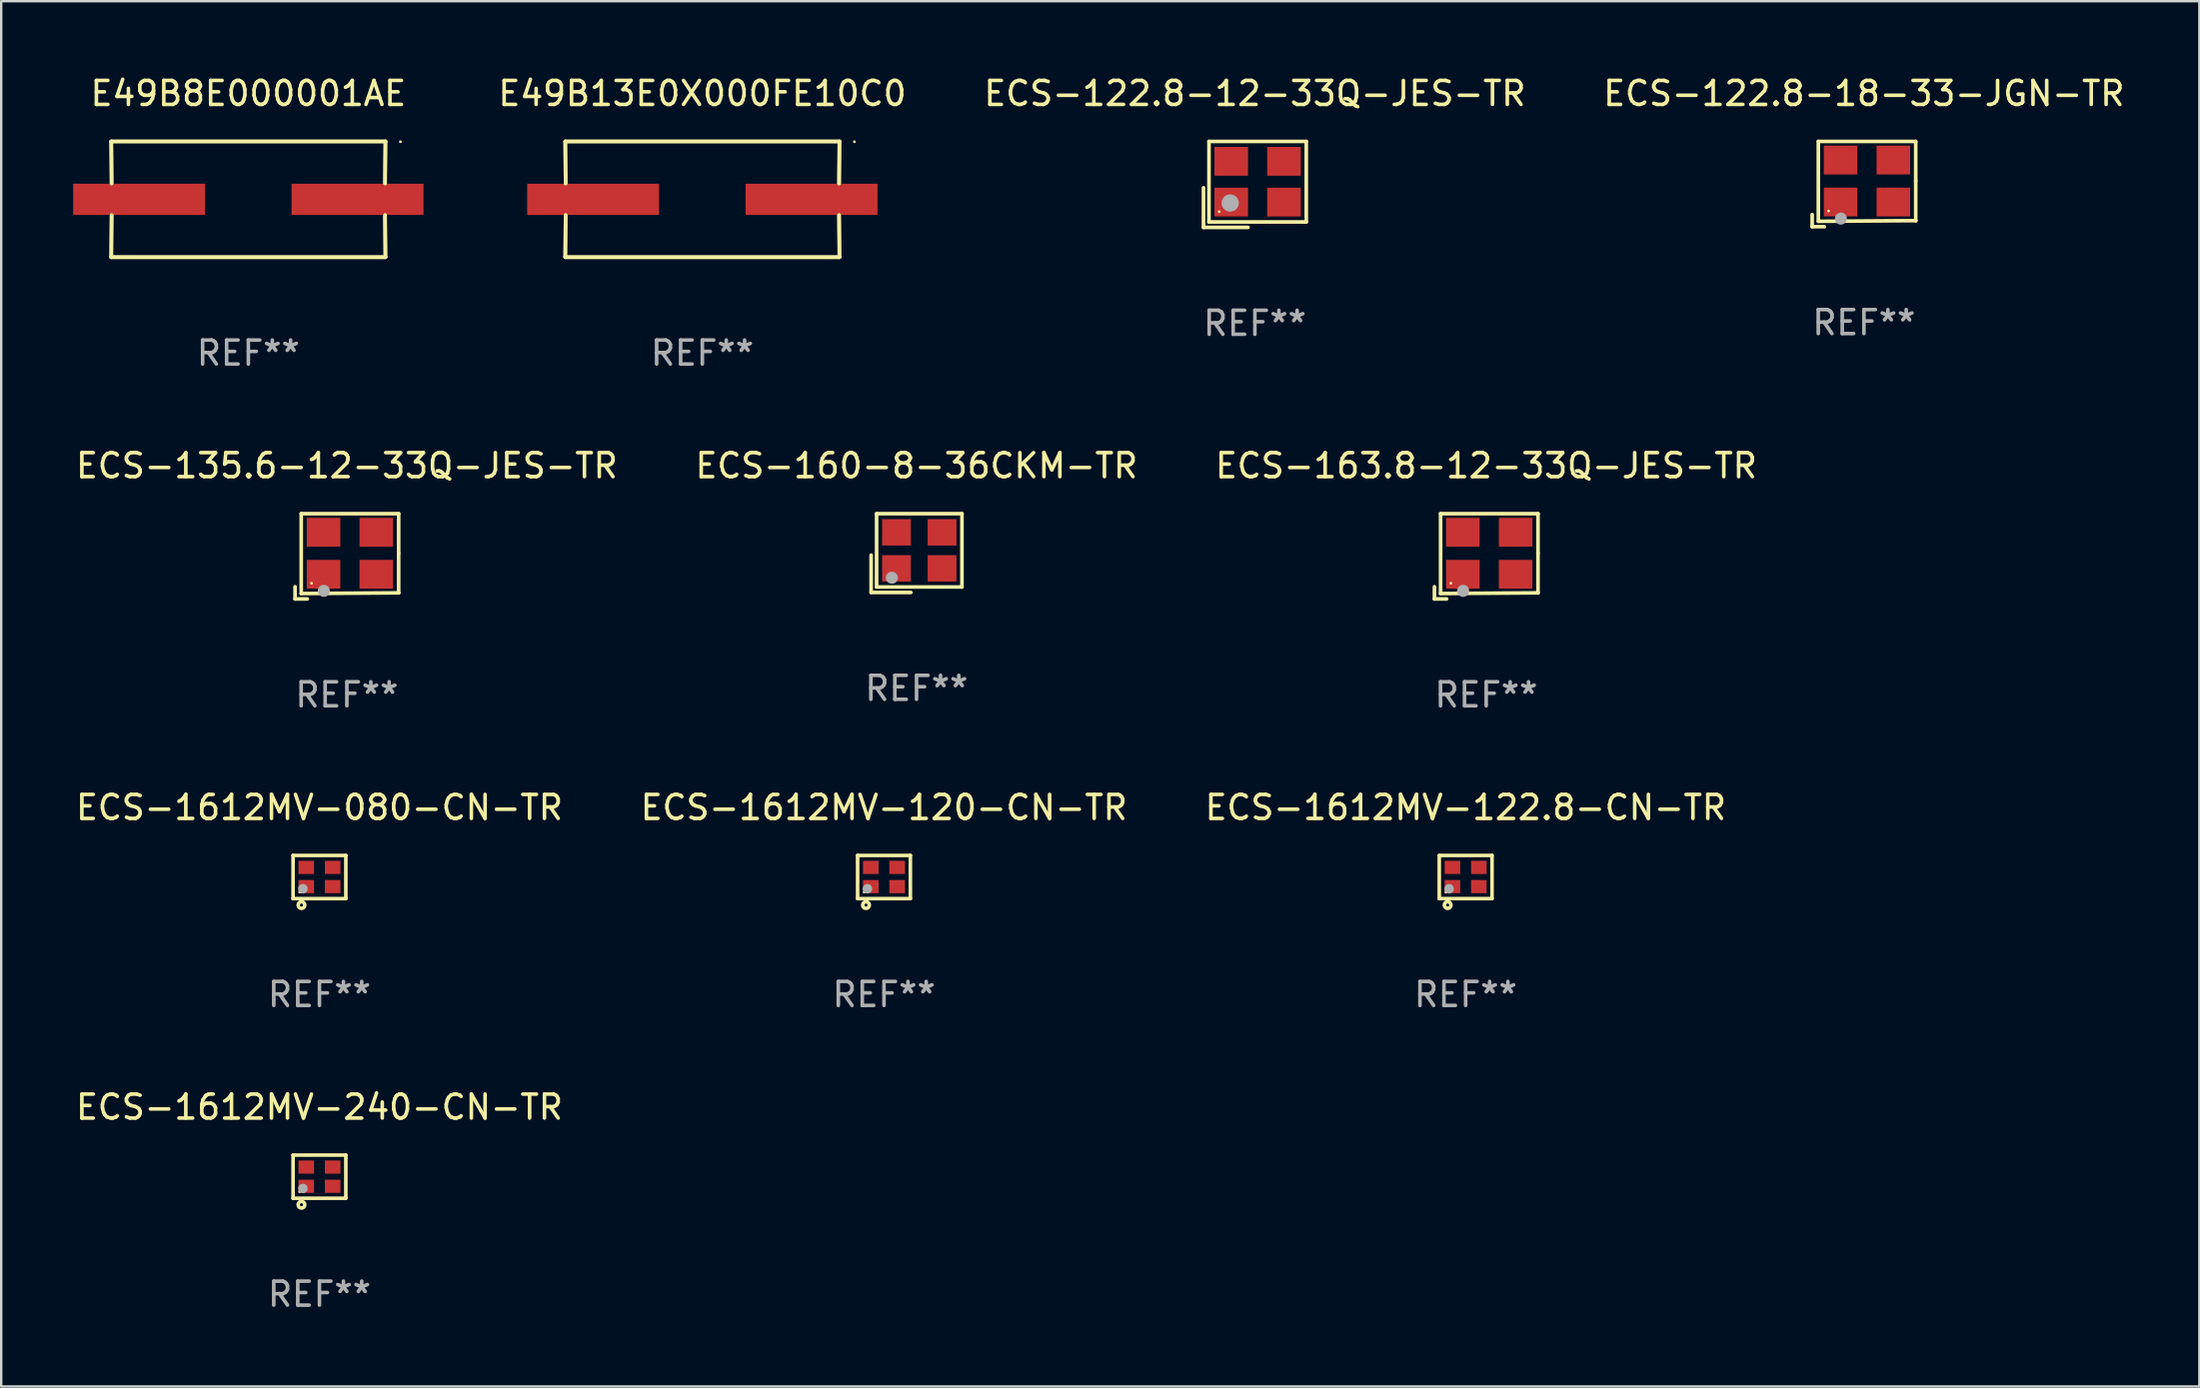
<source format=kicad_pcb>
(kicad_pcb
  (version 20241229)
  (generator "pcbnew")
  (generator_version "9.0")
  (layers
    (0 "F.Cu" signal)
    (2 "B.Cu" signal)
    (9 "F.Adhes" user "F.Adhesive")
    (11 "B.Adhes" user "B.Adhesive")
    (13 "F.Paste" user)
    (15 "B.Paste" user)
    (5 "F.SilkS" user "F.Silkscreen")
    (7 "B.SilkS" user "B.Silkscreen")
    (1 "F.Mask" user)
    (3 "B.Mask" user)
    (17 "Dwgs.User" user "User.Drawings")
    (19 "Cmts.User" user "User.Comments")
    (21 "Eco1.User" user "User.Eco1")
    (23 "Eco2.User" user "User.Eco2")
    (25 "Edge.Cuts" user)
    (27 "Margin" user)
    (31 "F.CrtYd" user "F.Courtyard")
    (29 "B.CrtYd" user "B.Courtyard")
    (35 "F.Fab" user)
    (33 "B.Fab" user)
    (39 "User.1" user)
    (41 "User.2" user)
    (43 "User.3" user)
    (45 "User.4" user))
  (footprint "ECS-122.8-12-33Q-JES-TR"
    (layer "F.Cu")
    (at 49.267 4.641)
    (property "Reference" "ECS-122.8-12-33Q-JES-TR" (at 0 -3.793 0) (layer "F.SilkS") (effects (font (size 1 1) (thickness 0.15))))
    (attr through_hole)
    (fp_line (start -2.143 0.136) (end -2.143 1.793) (stroke (width 0.152) (type solid)) (layer "F.SilkS"))
    (fp_line (start -2.143 1.793) (end -0.286 1.793) (stroke (width 0.152) (type solid)) (layer "F.SilkS"))
    (fp_line (start -1.914 -1.793) (end 2.143 -1.793) (stroke (width 0.152) (type solid)) (layer "F.SilkS"))
    (fp_line (start -1.914 1.564) (end -1.914 -1.793) (stroke (width 0.152) (type solid)) (layer "F.SilkS"))
    (fp_line (start 2.143 -1.793) (end 2.143 1.564) (stroke (width 0.152) (type solid)) (layer "F.SilkS"))
    (fp_line (start 2.143 1.564) (end -1.914 1.564) (stroke (width 0.152) (type solid)) (layer "F.SilkS"))
    (fp_circle (center -1.486 1.136) (end -1.456 1.136) (stroke (width 0.06) (type solid)) (fill no) (layer "F.SilkS"))
    (fp_circle (center -1.029 0.775) (end -0.849 0.775) (stroke (width 0.36) (type solid)) (fill no) (layer "F.Fab"))
    (fp_text user "REF**" (at 0 5.793 0) (layer "F.Fab") (effects (font (size 1 1) (thickness 0.15))))
    (pad "1" smd rect (at -0.986 0.736) (size 1.4 1.2) (layers "F.Cu" "F.Mask" "F.Paste"))
    (pad "2" smd rect (at 1.214 0.736) (size 1.4 1.2) (layers "F.Cu" "F.Mask" "F.Paste"))
    (pad "3" smd rect (at 1.214 -0.964) (size 1.4 1.2) (layers "F.Cu" "F.Mask" "F.Paste"))
    (pad "4" smd rect (at -0.986 -0.964) (size 1.4 1.2) (layers "F.Cu" "F.Mask" "F.Paste")))
  (footprint "ECS-135.6-12-33Q-JES-TR"
    (layer "F.Cu")
    (at 11.411 20.149)
    (property "Reference" "ECS-135.6-12-33Q-JES-TR" (at 0 -3.778 0) (layer "F.SilkS") (effects (font (size 1 1) (thickness 0.15))))
    (attr through_hole)
    (fp_line (start -2.159 1.27) (end -2.159 1.778) (stroke (width 0.152) (type solid)) (layer "F.SilkS"))
    (fp_line (start -2.159 1.778) (end -1.651 1.778) (stroke (width 0.152) (type solid)) (layer "F.SilkS"))
    (fp_line (start -1.902 -1.778) (end 2.159 -1.778) (stroke (width 0.152) (type solid)) (layer "F.SilkS"))
    (fp_line (start -1.902 1.552) (end -1.902 -1.778) (stroke (width 0.152) (type solid)) (layer "F.SilkS"))
    (fp_line (start 2.159 -1.778) (end 2.159 -0.127) (stroke (width 0.152) (type solid)) (layer "F.SilkS"))
    (fp_line (start 2.159 -0.127) (end 2.159 1.524) (stroke (width 0.152) (type solid)) (layer "F.SilkS"))
    (fp_line (start 2.159 1.524) (end -1.902 1.552) (stroke (width 0.152) (type solid)) (layer "F.SilkS"))
    (fp_line (start 2.159 1.524) (end 2.159 1.524) (stroke (width 0.152) (type solid)) (layer "F.SilkS"))
    (fp_circle (center -1.473 1.123) (end -1.443 1.123) (stroke (width 0.06) (type solid)) (fill no) (layer "F.SilkS"))
    (fp_circle (center -0.961 1.44) (end -0.834 1.44) (stroke (width 0.254) (type solid)) (fill no) (layer "F.Fab"))
    (fp_text user "REF**" (at 0 5.778 0) (layer "F.Fab") (effects (font (size 1 1) (thickness 0.15))))
    (pad "1" smd rect (at -0.973 0.748) (size 1.4 1.2) (layers "F.Cu" "F.Mask" "F.Paste"))
    (pad "2" smd rect (at 1.227 0.748) (size 1.4 1.2) (layers "F.Cu" "F.Mask" "F.Paste"))
    (pad "3" smd rect (at 1.227 -1.002) (size 1.4 1.2) (layers "F.Cu" "F.Mask" "F.Paste"))
    (pad "4" smd rect (at -0.973 -1.002) (size 1.4 1.2) (layers "F.Cu" "F.Mask" "F.Paste")))
  (footprint "ECS-1612MV-080-CN-TR"
    (layer "F.Cu")
    (at 10.268 33.523)
    (property "Reference" "ECS-1612MV-080-CN-TR" (at 0 -2.9 0) (layer "F.SilkS") (effects (font (size 1 1) (thickness 0.15))))
    (attr through_hole)
    (fp_line (start -1.1 -0.9) (end -1.1 0.9) (stroke (width 0.15) (type solid)) (layer "F.SilkS"))
    (fp_line (start -1.1 -0.9) (end 1.1 -0.9) (stroke (width 0.15) (type solid)) (layer "F.SilkS"))
    (fp_line (start -1.1 0.9) (end 1.1 0.9) (stroke (width 0.15) (type solid)) (layer "F.SilkS"))
    (fp_line (start 1.1 -0.9) (end 1.1 0.9) (stroke (width 0.15) (type solid)) (layer "F.SilkS"))
    (fp_circle (center -0.825 0.625) (end -0.795 0.625) (stroke (width 0.06) (type solid)) (fill no) (layer "F.SilkS"))
    (fp_circle (center -0.75 1.17) (end -0.686 1.17) (stroke (width 0.15) (type solid)) (fill no) (layer "F.SilkS"))
    (fp_circle (center -0.69 0.49) (end -0.59 0.49) (stroke (width 0.2) (type solid)) (fill no) (layer "F.Fab"))
    (fp_text user "REF**" (at 0 4.9 0) (layer "F.Fab") (effects (font (size 1 1) (thickness 0.15))))
    (pad "1" smd rect (at -0.55 0.4) (size 0.65 0.55) (layers "F.Cu" "F.Mask" "F.Paste"))
    (pad "2" smd rect (at 0.55 0.4) (size 0.65 0.55) (layers "F.Cu" "F.Mask" "F.Paste"))
    (pad "3" smd rect (at 0.55 -0.4) (size 0.65 0.55) (layers "F.Cu" "F.Mask" "F.Paste"))
    (pad "4" smd rect (at -0.55 -0.4) (size 0.65 0.55) (layers "F.Cu" "F.Mask" "F.Paste")))
  (footprint "E49B13E0X000FE10C0"
    (layer "F.Cu")
    (at 26.231 5.261)
    (property "Reference" "E49B13E0X000FE10C0" (at 0 -4.413 0) (layer "F.SilkS") (effects (font (size 1 1) (thickness 0.15))))
    (attr through_hole)
    (fp_line (start -5.715 -2.413) (end -5.7 -0.662) (stroke (width 0.152) (type solid)) (layer "F.SilkS"))
    (fp_line (start -5.715 -2.413) (end -5.7 -0.662) (stroke (width 0.152) (type solid)) (layer "F.SilkS"))
    (fp_line (start -5.715 2.413) (end 5.715 2.413) (stroke (width 0.152) (type solid)) (layer "F.SilkS"))
    (fp_line (start -5.715 2.413) (end 5.715 2.413) (stroke (width 0.152) (type solid)) (layer "F.SilkS"))
    (fp_line (start -5.7 0.662) (end -5.715 2.413) (stroke (width 0.152) (type solid)) (layer "F.SilkS"))
    (fp_line (start -5.7 0.662) (end -5.715 2.413) (stroke (width 0.152) (type solid)) (layer "F.SilkS"))
    (fp_line (start 5.7 -0.662) (end 5.715 -2.413) (stroke (width 0.152) (type solid)) (layer "F.SilkS"))
    (fp_line (start 5.7 -0.662) (end 5.715 -2.413) (stroke (width 0.152) (type solid)) (layer "F.SilkS"))
    (fp_line (start 5.715 -2.413) (end -5.715 -2.413) (stroke (width 0.152) (type solid)) (layer "F.SilkS"))
    (fp_line (start 5.715 -2.413) (end -5.715 -2.413) (stroke (width 0.152) (type solid)) (layer "F.SilkS"))
    (fp_line (start 5.715 2.413) (end 5.7 0.662) (stroke (width 0.152) (type solid)) (layer "F.SilkS"))
    (fp_line (start 5.715 2.413) (end 5.7 0.662) (stroke (width 0.152) (type solid)) (layer "F.SilkS"))
    (fp_circle (center 6.34 -2.4) (end 6.37 -2.4) (stroke (width 0.06) (type solid)) (fill no) (layer "F.SilkS"))
    (fp_text user "REF**" (at 0 6.413 0) (layer "F.Fab") (effects (font (size 1 1) (thickness 0.15))))
    (pad "1" smd rect (at 4.553 0) (size 5.5 1.3) (layers "F.Cu" "F.Mask" "F.Paste"))
    (pad "2" smd rect (at -4.553 0) (size 5.5 1.3) (layers "F.Cu" "F.Mask" "F.Paste")))
  (footprint "ECS-1612MV-122.8-CN-TR"
    (layer "F.Cu")
    (at 58.054 33.523)
    (property "Reference" "ECS-1612MV-122.8-CN-TR" (at 0 -2.9 0) (layer "F.SilkS") (effects (font (size 1 1) (thickness 0.15))))
    (attr through_hole)
    (fp_line (start -1.1 -0.9) (end -1.1 0.9) (stroke (width 0.15) (type solid)) (layer "F.SilkS"))
    (fp_line (start -1.1 -0.9) (end 1.1 -0.9) (stroke (width 0.15) (type solid)) (layer "F.SilkS"))
    (fp_line (start -1.1 0.9) (end 1.1 0.9) (stroke (width 0.15) (type solid)) (layer "F.SilkS"))
    (fp_line (start 1.1 -0.9) (end 1.1 0.9) (stroke (width 0.15) (type solid)) (layer "F.SilkS"))
    (fp_circle (center -0.825 0.625) (end -0.795 0.625) (stroke (width 0.06) (type solid)) (fill no) (layer "F.SilkS"))
    (fp_circle (center -0.75 1.17) (end -0.686 1.17) (stroke (width 0.15) (type solid)) (fill no) (layer "F.SilkS"))
    (fp_circle (center -0.69 0.49) (end -0.59 0.49) (stroke (width 0.2) (type solid)) (fill no) (layer "F.Fab"))
    (fp_text user "REF**" (at 0 4.9 0) (layer "F.Fab") (effects (font (size 1 1) (thickness 0.15))))
    (pad "1" smd rect (at -0.55 0.4) (size 0.65 0.55) (layers "F.Cu" "F.Mask" "F.Paste"))
    (pad "2" smd rect (at 0.55 0.4) (size 0.65 0.55) (layers "F.Cu" "F.Mask" "F.Paste"))
    (pad "3" smd rect (at 0.55 -0.4) (size 0.65 0.55) (layers "F.Cu" "F.Mask" "F.Paste"))
    (pad "4" smd rect (at -0.55 -0.4) (size 0.65 0.55) (layers "F.Cu" "F.Mask" "F.Paste")))
  (footprint "ECS-122.8-18-33-JGN-TR"
    (layer "F.Cu")
    (at 74.659 4.626)
    (property "Reference" "ECS-122.8-18-33-JGN-TR" (at 0 -3.778 0) (layer "F.SilkS") (effects (font (size 1 1) (thickness 0.15))))
    (attr through_hole)
    (fp_line (start -2.159 1.27) (end -2.159 1.778) (stroke (width 0.152) (type solid)) (layer "F.SilkS"))
    (fp_line (start -2.159 1.778) (end -1.651 1.778) (stroke (width 0.152) (type solid)) (layer "F.SilkS"))
    (fp_line (start -1.902 -1.778) (end 2.159 -1.778) (stroke (width 0.152) (type solid)) (layer "F.SilkS"))
    (fp_line (start -1.902 1.552) (end -1.902 -1.778) (stroke (width 0.152) (type solid)) (layer "F.SilkS"))
    (fp_line (start 2.159 -1.778) (end 2.159 -0.127) (stroke (width 0.152) (type solid)) (layer "F.SilkS"))
    (fp_line (start 2.159 -0.127) (end 2.159 1.524) (stroke (width 0.152) (type solid)) (layer "F.SilkS"))
    (fp_line (start 2.159 1.524) (end -1.902 1.552) (stroke (width 0.152) (type solid)) (layer "F.SilkS"))
    (fp_line (start 2.159 1.524) (end 2.159 1.524) (stroke (width 0.152) (type solid)) (layer "F.SilkS"))
    (fp_circle (center -1.473 1.123) (end -1.443 1.123) (stroke (width 0.06) (type solid)) (fill no) (layer "F.SilkS"))
    (fp_circle (center -0.961 1.44) (end -0.834 1.44) (stroke (width 0.254) (type solid)) (fill no) (layer "F.Fab"))
    (fp_text user "REF**" (at 0 5.778 0) (layer "F.Fab") (effects (font (size 1 1) (thickness 0.15))))
    (pad "1" smd rect (at -0.973 0.748) (size 1.4 1.2) (layers "F.Cu" "F.Mask" "F.Paste"))
    (pad "2" smd rect (at 1.227 0.748) (size 1.4 1.2) (layers "F.Cu" "F.Mask" "F.Paste"))
    (pad "3" smd rect (at 1.227 -1.002) (size 1.4 1.2) (layers "F.Cu" "F.Mask" "F.Paste"))
    (pad "4" smd rect (at -0.973 -1.002) (size 1.4 1.2) (layers "F.Cu" "F.Mask" "F.Paste")))
  (footprint "E49B8E000001AE"
    (layer "F.Cu")
    (at 7.303 5.261)
    (property "Reference" "E49B8E000001AE" (at 0 -4.413 0) (layer "F.SilkS") (effects (font (size 1 1) (thickness 0.15))))
    (attr through_hole)
    (fp_line (start -5.715 -2.413) (end -5.7 -0.662) (stroke (width 0.152) (type solid)) (layer "F.SilkS"))
    (fp_line (start -5.715 -2.413) (end -5.7 -0.662) (stroke (width 0.152) (type solid)) (layer "F.SilkS"))
    (fp_line (start -5.715 2.413) (end 5.715 2.413) (stroke (width 0.152) (type solid)) (layer "F.SilkS"))
    (fp_line (start -5.715 2.413) (end 5.715 2.413) (stroke (width 0.152) (type solid)) (layer "F.SilkS"))
    (fp_line (start -5.7 0.662) (end -5.715 2.413) (stroke (width 0.152) (type solid)) (layer "F.SilkS"))
    (fp_line (start -5.7 0.662) (end -5.715 2.413) (stroke (width 0.152) (type solid)) (layer "F.SilkS"))
    (fp_line (start 5.7 -0.662) (end 5.715 -2.413) (stroke (width 0.152) (type solid)) (layer "F.SilkS"))
    (fp_line (start 5.7 -0.662) (end 5.715 -2.413) (stroke (width 0.152) (type solid)) (layer "F.SilkS"))
    (fp_line (start 5.715 -2.413) (end -5.715 -2.413) (stroke (width 0.152) (type solid)) (layer "F.SilkS"))
    (fp_line (start 5.715 -2.413) (end -5.715 -2.413) (stroke (width 0.152) (type solid)) (layer "F.SilkS"))
    (fp_line (start 5.715 2.413) (end 5.7 0.662) (stroke (width 0.152) (type solid)) (layer "F.SilkS"))
    (fp_line (start 5.715 2.413) (end 5.7 0.662) (stroke (width 0.152) (type solid)) (layer "F.SilkS"))
    (fp_circle (center 6.34 -2.4) (end 6.37 -2.4) (stroke (width 0.06) (type solid)) (fill no) (layer "F.SilkS"))
    (fp_text user "REF**" (at 0 6.413 0) (layer "F.Fab") (effects (font (size 1 1) (thickness 0.15))))
    (pad "1" smd rect (at 4.553 0) (size 5.5 1.3) (layers "F.Cu" "F.Mask" "F.Paste"))
    (pad "2" smd rect (at -4.553 0) (size 5.5 1.3) (layers "F.Cu" "F.Mask" "F.Paste")))
  (footprint "ECS-163.8-12-33Q-JES-TR"
    (layer "F.Cu")
    (at 58.911 20.149)
    (property "Reference" "ECS-163.8-12-33Q-JES-TR" (at 0 -3.778 0) (layer "F.SilkS") (effects (font (size 1 1) (thickness 0.15))))
    (attr through_hole)
    (fp_line (start -2.159 1.27) (end -2.159 1.778) (stroke (width 0.152) (type solid)) (layer "F.SilkS"))
    (fp_line (start -2.159 1.778) (end -1.651 1.778) (stroke (width 0.152) (type solid)) (layer "F.SilkS"))
    (fp_line (start -1.902 -1.778) (end 2.159 -1.778) (stroke (width 0.152) (type solid)) (layer "F.SilkS"))
    (fp_line (start -1.902 1.552) (end -1.902 -1.778) (stroke (width 0.152) (type solid)) (layer "F.SilkS"))
    (fp_line (start 2.159 -1.778) (end 2.159 -0.127) (stroke (width 0.152) (type solid)) (layer "F.SilkS"))
    (fp_line (start 2.159 -0.127) (end 2.159 1.524) (stroke (width 0.152) (type solid)) (layer "F.SilkS"))
    (fp_line (start 2.159 1.524) (end -1.902 1.552) (stroke (width 0.152) (type solid)) (layer "F.SilkS"))
    (fp_line (start 2.159 1.524) (end 2.159 1.524) (stroke (width 0.152) (type solid)) (layer "F.SilkS"))
    (fp_circle (center -1.473 1.123) (end -1.443 1.123) (stroke (width 0.06) (type solid)) (fill no) (layer "F.SilkS"))
    (fp_circle (center -0.961 1.44) (end -0.834 1.44) (stroke (width 0.254) (type solid)) (fill no) (layer "F.Fab"))
    (fp_text user "REF**" (at 0 5.778 0) (layer "F.Fab") (effects (font (size 1 1) (thickness 0.15))))
    (pad "1" smd rect (at -0.973 0.748) (size 1.4 1.2) (layers "F.Cu" "F.Mask" "F.Paste"))
    (pad "2" smd rect (at 1.227 0.748) (size 1.4 1.2) (layers "F.Cu" "F.Mask" "F.Paste"))
    (pad "3" smd rect (at 1.227 -1.002) (size 1.4 1.2) (layers "F.Cu" "F.Mask" "F.Paste"))
    (pad "4" smd rect (at -0.973 -1.002) (size 1.4 1.2) (layers "F.Cu" "F.Mask" "F.Paste")))
  (footprint "ECS-160-8-36CKM-TR"
    (layer "F.Cu")
    (at 35.161 20.014)
    (property "Reference" "ECS-160-8-36CKM-TR" (at 0 -3.643 0) (layer "F.SilkS") (effects (font (size 1 1) (thickness 0.15))))
    (attr through_hole)
    (fp_line (start -1.893 0.086) (end -1.893 1.643) (stroke (width 0.152) (type solid)) (layer "F.SilkS"))
    (fp_line (start -1.893 1.643) (end -0.237 1.643) (stroke (width 0.152) (type solid)) (layer "F.SilkS"))
    (fp_line (start -1.665 -1.643) (end 1.893 -1.643) (stroke (width 0.152) (type solid)) (layer "F.SilkS"))
    (fp_line (start -1.665 1.414) (end -1.665 -1.643) (stroke (width 0.152) (type solid)) (layer "F.SilkS"))
    (fp_line (start 1.893 -1.643) (end 1.893 1.414) (stroke (width 0.152) (type solid)) (layer "F.SilkS"))
    (fp_line (start 1.893 1.414) (end -1.665 1.414) (stroke (width 0.152) (type solid)) (layer "F.SilkS"))
    (fp_circle (center -1.136 0.885) (end -1.106 0.885) (stroke (width 0.06) (type solid)) (fill no) (layer "F.SilkS"))
    (fp_circle (center -1.029 1.028) (end -0.902 1.028) (stroke (width 0.254) (type solid)) (fill no) (layer "F.Fab"))
    (fp_text user "REF**" (at 0 5.643 0) (layer "F.Fab") (effects (font (size 1 1) (thickness 0.15))))
    (pad "1" smd rect (at -0.836 0.636) (size 1.2 1.1) (layers "F.Cu" "F.Mask" "F.Paste"))
    (pad "2" smd rect (at 1.064 0.636) (size 1.2 1.1) (layers "F.Cu" "F.Mask" "F.Paste"))
    (pad "3" smd rect (at 1.064 -0.865) (size 1.2 1.1) (layers "F.Cu" "F.Mask" "F.Paste"))
    (pad "4" smd rect (at -0.836 -0.865) (size 1.2 1.1) (layers "F.Cu" "F.Mask" "F.Paste")))
  (footprint "ECS-1612MV-120-CN-TR"
    (layer "F.Cu")
    (at 33.804 33.523)
    (property "Reference" "ECS-1612MV-120-CN-TR" (at 0 -2.9 0) (layer "F.SilkS") (effects (font (size 1 1) (thickness 0.15))))
    (attr through_hole)
    (fp_line (start -1.1 -0.9) (end -1.1 0.9) (stroke (width 0.15) (type solid)) (layer "F.SilkS"))
    (fp_line (start -1.1 -0.9) (end 1.1 -0.9) (stroke (width 0.15) (type solid)) (layer "F.SilkS"))
    (fp_line (start -1.1 0.9) (end 1.1 0.9) (stroke (width 0.15) (type solid)) (layer "F.SilkS"))
    (fp_line (start 1.1 -0.9) (end 1.1 0.9) (stroke (width 0.15) (type solid)) (layer "F.SilkS"))
    (fp_circle (center -0.825 0.625) (end -0.795 0.625) (stroke (width 0.06) (type solid)) (fill no) (layer "F.SilkS"))
    (fp_circle (center -0.75 1.17) (end -0.686 1.17) (stroke (width 0.15) (type solid)) (fill no) (layer "F.SilkS"))
    (fp_circle (center -0.69 0.49) (end -0.59 0.49) (stroke (width 0.2) (type solid)) (fill no) (layer "F.Fab"))
    (fp_text user "REF**" (at 0 4.9 0) (layer "F.Fab") (effects (font (size 1 1) (thickness 0.15))))
    (pad "1" smd rect (at -0.55 0.4) (size 0.65 0.55) (layers "F.Cu" "F.Mask" "F.Paste"))
    (pad "2" smd rect (at 0.55 0.4) (size 0.65 0.55) (layers "F.Cu" "F.Mask" "F.Paste"))
    (pad "3" smd rect (at 0.55 -0.4) (size 0.65 0.55) (layers "F.Cu" "F.Mask" "F.Paste"))
    (pad "4" smd rect (at -0.55 -0.4) (size 0.65 0.55) (layers "F.Cu" "F.Mask" "F.Paste")))
  (footprint "ECS-1612MV-240-CN-TR"
    (layer "F.Cu")
    (at 10.268 46.02)
    (property "Reference" "ECS-1612MV-240-CN-TR" (at 0 -2.9 0) (layer "F.SilkS") (effects (font (size 1 1) (thickness 0.15))))
    (attr through_hole)
    (fp_line (start -1.1 -0.9) (end -1.1 0.9) (stroke (width 0.15) (type solid)) (layer "F.SilkS"))
    (fp_line (start -1.1 -0.9) (end 1.1 -0.9) (stroke (width 0.15) (type solid)) (layer "F.SilkS"))
    (fp_line (start -1.1 0.9) (end 1.1 0.9) (stroke (width 0.15) (type solid)) (layer "F.SilkS"))
    (fp_line (start 1.1 -0.9) (end 1.1 0.9) (stroke (width 0.15) (type solid)) (layer "F.SilkS"))
    (fp_circle (center -0.825 0.625) (end -0.795 0.625) (stroke (width 0.06) (type solid)) (fill no) (layer "F.SilkS"))
    (fp_circle (center -0.75 1.17) (end -0.686 1.17) (stroke (width 0.15) (type solid)) (fill no) (layer "F.SilkS"))
    (fp_circle (center -0.69 0.49) (end -0.59 0.49) (stroke (width 0.2) (type solid)) (fill no) (layer "F.Fab"))
    (fp_text user "REF**" (at 0 4.9 0) (layer "F.Fab") (effects (font (size 1 1) (thickness 0.15))))
    (pad "1" smd rect (at -0.55 0.4) (size 0.65 0.55) (layers "F.Cu" "F.Mask" "F.Paste"))
    (pad "2" smd rect (at 0.55 0.4) (size 0.65 0.55) (layers "F.Cu" "F.Mask" "F.Paste"))
    (pad "3" smd rect (at 0.55 -0.4) (size 0.65 0.55) (layers "F.Cu" "F.Mask" "F.Paste"))
    (pad "4" smd rect (at -0.55 -0.4) (size 0.65 0.55) (layers "F.Cu" "F.Mask" "F.Paste")))
  (gr_rect
    (start -3 -3)
    (end 88.642 54.768)
    (stroke (width 0.1) (type default))
    (fill no)
    (layer "Edge.Cuts")))
</source>
